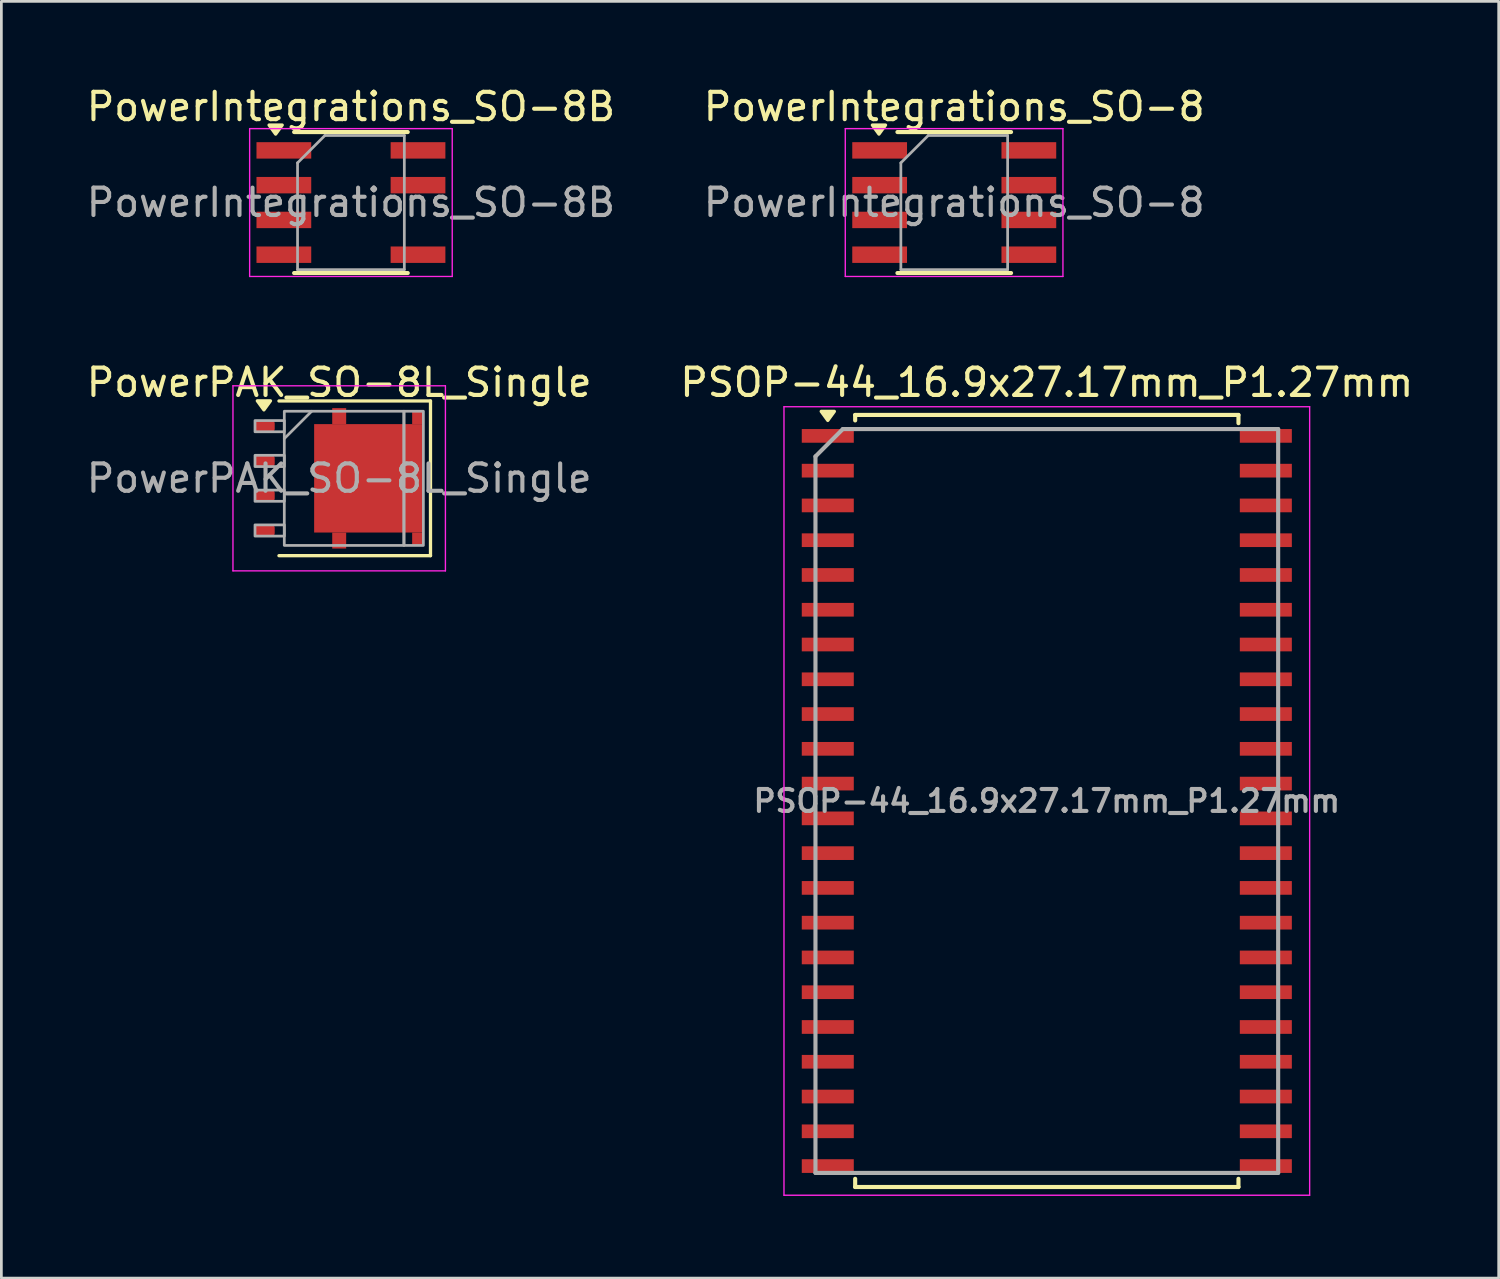
<source format=kicad_pcb>
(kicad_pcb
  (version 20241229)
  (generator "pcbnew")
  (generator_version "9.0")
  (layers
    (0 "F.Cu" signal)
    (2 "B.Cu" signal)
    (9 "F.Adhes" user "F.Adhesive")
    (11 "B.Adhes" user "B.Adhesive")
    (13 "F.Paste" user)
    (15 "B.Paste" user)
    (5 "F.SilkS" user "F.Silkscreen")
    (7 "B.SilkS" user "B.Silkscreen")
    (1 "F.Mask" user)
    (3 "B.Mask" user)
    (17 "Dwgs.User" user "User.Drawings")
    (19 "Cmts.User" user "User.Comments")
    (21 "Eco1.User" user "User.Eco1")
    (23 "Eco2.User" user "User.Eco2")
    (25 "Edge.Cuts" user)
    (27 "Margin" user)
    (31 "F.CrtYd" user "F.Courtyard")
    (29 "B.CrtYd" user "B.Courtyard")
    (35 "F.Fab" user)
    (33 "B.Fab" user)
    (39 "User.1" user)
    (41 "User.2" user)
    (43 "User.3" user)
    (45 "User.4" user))
  (footprint "PowerIntegrations_SO-8B"
    (layer "F.Cu")
    (at 9.768 4.348)
    (property "Reference" "PowerIntegrations_SO-8B" (at 0 -3.5 0) (layer "F.SilkS") (effects (font (size 1 1) (thickness 0.15))))
    (attr smd)
    (fp_line (start -2.075 -2.575) (end 2.075 -2.575) (stroke (width 0.15) (type solid)) (layer "F.SilkS"))
    (fp_line (start -2.075 2.575) (end 2.075 2.575) (stroke (width 0.15) (type solid)) (layer "F.SilkS"))
    (fp_poly (pts (xy -2.75 -2.5) (xy -2.51 -2.83) (xy -2.99 -2.83) (xy -2.75 -2.5)) (stroke (width 0.12) (type solid)) (fill yes) (layer "F.SilkS"))
    (fp_line (start -3.7 -2.7) (end -3.7 2.7) (stroke (width 0.05) (type solid)) (layer "F.CrtYd"))
    (fp_line (start -3.7 -2.7) (end 3.7 -2.7) (stroke (width 0.05) (type solid)) (layer "F.CrtYd"))
    (fp_line (start 3.7 2.7) (end -3.7 2.7) (stroke (width 0.05) (type solid)) (layer "F.CrtYd"))
    (fp_line (start 3.7 2.7) (end 3.7 -2.7) (stroke (width 0.05) (type solid)) (layer "F.CrtYd"))
    (fp_line (start -1.95 -1.45) (end -0.95 -2.45) (stroke (width 0.1) (type solid)) (layer "F.Fab"))
    (fp_line (start -1.95 2.45) (end -1.95 -1.45) (stroke (width 0.1) (type solid)) (layer "F.Fab"))
    (fp_line (start -0.95 -2.45) (end 1.95 -2.45) (stroke (width 0.1) (type solid)) (layer "F.Fab"))
    (fp_line (start 1.95 -2.45) (end 1.95 2.45) (stroke (width 0.1) (type solid)) (layer "F.Fab"))
    (fp_line (start 1.95 2.45) (end -1.95 2.45) (stroke (width 0.1) (type solid)) (layer "F.Fab"))
    (fp_text user "${REFERENCE}" (at 0 0 0) (layer "F.Fab") (effects (font (size 1 1) (thickness 0.15))))
    (pad "1" smd rect (at -2.45 -1.905) (size 2 0.6) (layers "F.Cu" "F.Mask" "F.Paste"))
    (pad "2" smd rect (at -2.45 -0.635) (size 2 0.6) (layers "F.Cu" "F.Mask" "F.Paste"))
    (pad "3" smd rect (at -2.45 0.635) (size 2 0.6) (layers "F.Cu" "F.Mask" "F.Paste"))
    (pad "4" smd rect (at -2.45 1.905) (size 2 0.6) (layers "F.Cu" "F.Mask" "F.Paste"))
    (pad "5" smd rect (at 2.45 1.905) (size 2 0.6) (layers "F.Cu" "F.Mask" "F.Paste"))
    (pad "7" smd rect (at 2.45 -0.635) (size 2 0.6) (layers "F.Cu" "F.Mask" "F.Paste"))
    (pad "8" smd rect (at 2.45 -1.905) (size 2 0.6) (layers "F.Cu" "F.Mask" "F.Paste")))
  (footprint "PSOP-44_16.9x27.17mm_P1.27mm"
    (layer "F.Cu")
    (at 35.185 26.206)
    (property "Reference" "PSOP-44_16.9x27.17mm_P1.27mm" (at 0 -15.285 0) (layer "F.SilkS") (effects (font (size 1 1) (thickness 0.15))))
    (attr smd)
    (fp_line (start -7 -14.1) (end -7 -13.9) (stroke (width 0.15) (type solid)) (layer "F.SilkS"))
    (fp_line (start -7 -14.1) (end 7 -14.1) (stroke (width 0.15) (type solid)) (layer "F.SilkS"))
    (fp_line (start -7 13.8) (end -7 14.1) (stroke (width 0.15) (type solid)) (layer "F.SilkS"))
    (fp_line (start -7 14.1) (end 7 14.1) (stroke (width 0.15) (type solid)) (layer "F.SilkS"))
    (fp_line (start 7 -14.1) (end 7 -13.8) (stroke (width 0.15) (type solid)) (layer "F.SilkS"))
    (fp_line (start 7 13.8) (end 7 14.1) (stroke (width 0.15) (type solid)) (layer "F.SilkS"))
    (fp_poly (pts (xy -8 -13.9) (xy -7.76 -14.23) (xy -8.24 -14.23) (xy -8 -13.9)) (stroke (width 0.12) (type solid)) (fill yes) (layer "F.SilkS"))
    (fp_line (start -9.6 -14.4) (end -9.6 14.4) (stroke (width 0.05) (type solid)) (layer "F.CrtYd"))
    (fp_line (start -9.6 -14.4) (end 9.6 -14.4) (stroke (width 0.05) (type solid)) (layer "F.CrtYd"))
    (fp_line (start -9.6 14.4) (end 9.6 14.4) (stroke (width 0.05) (type solid)) (layer "F.CrtYd"))
    (fp_line (start 9.6 -14.4) (end 9.6 14.4) (stroke (width 0.05) (type solid)) (layer "F.CrtYd"))
    (fp_line (start -8.45 -12.585) (end -7.45 -13.585) (stroke (width 0.15) (type solid)) (layer "F.Fab"))
    (fp_line (start -8.45 13.585) (end -8.45 -12.585) (stroke (width 0.15) (type solid)) (layer "F.Fab"))
    (fp_line (start -7.45 -13.585) (end 8.45 -13.585) (stroke (width 0.15) (type solid)) (layer "F.Fab"))
    (fp_line (start 8.45 -13.585) (end 8.45 13.585) (stroke (width 0.15) (type solid)) (layer "F.Fab"))
    (fp_line (start 8.45 13.585) (end -8.45 13.585) (stroke (width 0.15) (type solid)) (layer "F.Fab"))
    (fp_text user "${REFERENCE}" (at 0 0 0) (layer "F.Fab") (effects (font (size 0.8 0.8) (thickness 0.15))))
    (pad "1" smd rect (at -8 -13.335 270) (size 0.5 1.9) (layers "F.Cu" "F.Mask" "F.Paste"))
    (pad "2" smd rect (at -8 -12.065 270) (size 0.5 1.9) (layers "F.Cu" "F.Mask" "F.Paste"))
    (pad "3" smd rect (at -8 -10.795 270) (size 0.5 1.9) (layers "F.Cu" "F.Mask" "F.Paste"))
    (pad "4" smd rect (at -8 -9.525 270) (size 0.5 1.9) (layers "F.Cu" "F.Mask" "F.Paste"))
    (pad "5" smd rect (at -8 -8.255 270) (size 0.5 1.9) (layers "F.Cu" "F.Mask" "F.Paste"))
    (pad "6" smd rect (at -8 -6.985 270) (size 0.5 1.9) (layers "F.Cu" "F.Mask" "F.Paste"))
    (pad "7" smd rect (at -8 -5.715 270) (size 0.5 1.9) (layers "F.Cu" "F.Mask" "F.Paste"))
    (pad "8" smd rect (at -8 -4.445 270) (size 0.5 1.9) (layers "F.Cu" "F.Mask" "F.Paste"))
    (pad "9" smd rect (at -8 -3.175 270) (size 0.5 1.9) (layers "F.Cu" "F.Mask" "F.Paste"))
    (pad "10" smd rect (at -8 -1.905 270) (size 0.5 1.9) (layers "F.Cu" "F.Mask" "F.Paste"))
    (pad "11" smd rect (at -8 -0.635 270) (size 0.5 1.9) (layers "F.Cu" "F.Mask" "F.Paste"))
    (pad "12" smd rect (at -8 0.635 270) (size 0.5 1.9) (layers "F.Cu" "F.Mask" "F.Paste"))
    (pad "13" smd rect (at -8 1.905 270) (size 0.5 1.9) (layers "F.Cu" "F.Mask" "F.Paste"))
    (pad "14" smd rect (at -8 3.175 270) (size 0.5 1.9) (layers "F.Cu" "F.Mask" "F.Paste"))
    (pad "15" smd rect (at -8 4.445 270) (size 0.5 1.9) (layers "F.Cu" "F.Mask" "F.Paste"))
    (pad "16" smd rect (at -8 5.715 270) (size 0.5 1.9) (layers "F.Cu" "F.Mask" "F.Paste"))
    (pad "17" smd rect (at -8 6.985 270) (size 0.5 1.9) (layers "F.Cu" "F.Mask" "F.Paste"))
    (pad "18" smd rect (at -8 8.255 270) (size 0.5 1.9) (layers "F.Cu" "F.Mask" "F.Paste"))
    (pad "19" smd rect (at -8 9.525 270) (size 0.5 1.9) (layers "F.Cu" "F.Mask" "F.Paste"))
    (pad "20" smd rect (at -8 10.795 270) (size 0.5 1.9) (layers "F.Cu" "F.Mask" "F.Paste"))
    (pad "21" smd rect (at -8 12.065 270) (size 0.5 1.9) (layers "F.Cu" "F.Mask" "F.Paste"))
    (pad "22" smd rect (at -8 13.335 270) (size 0.5 1.9) (layers "F.Cu" "F.Mask" "F.Paste"))
    (pad "23" smd rect (at 8 13.335 270) (size 0.5 1.9) (layers "F.Cu" "F.Mask" "F.Paste"))
    (pad "24" smd rect (at 8 12.065 270) (size 0.5 1.9) (layers "F.Cu" "F.Mask" "F.Paste"))
    (pad "25" smd rect (at 8 10.795 270) (size 0.5 1.9) (layers "F.Cu" "F.Mask" "F.Paste"))
    (pad "26" smd rect (at 8 9.525 270) (size 0.5 1.9) (layers "F.Cu" "F.Mask" "F.Paste"))
    (pad "27" smd rect (at 8 8.255 270) (size 0.5 1.9) (layers "F.Cu" "F.Mask" "F.Paste"))
    (pad "28" smd rect (at 8 6.985 270) (size 0.5 1.9) (layers "F.Cu" "F.Mask" "F.Paste"))
    (pad "29" smd rect (at 8 5.715 270) (size 0.5 1.9) (layers "F.Cu" "F.Mask" "F.Paste"))
    (pad "30" smd rect (at 8 4.445 270) (size 0.5 1.9) (layers "F.Cu" "F.Mask" "F.Paste"))
    (pad "31" smd rect (at 8 3.175 270) (size 0.5 1.9) (layers "F.Cu" "F.Mask" "F.Paste"))
    (pad "32" smd rect (at 8 1.905 270) (size 0.5 1.9) (layers "F.Cu" "F.Mask" "F.Paste"))
    (pad "33" smd rect (at 8 0.635 270) (size 0.5 1.9) (layers "F.Cu" "F.Mask" "F.Paste"))
    (pad "34" smd rect (at 8 -0.635 270) (size 0.5 1.9) (layers "F.Cu" "F.Mask" "F.Paste"))
    (pad "35" smd rect (at 8 -1.905 270) (size 0.5 1.9) (layers "F.Cu" "F.Mask" "F.Paste"))
    (pad "36" smd rect (at 8 -3.175 270) (size 0.5 1.9) (layers "F.Cu" "F.Mask" "F.Paste"))
    (pad "37" smd rect (at 8 -4.445 270) (size 0.5 1.9) (layers "F.Cu" "F.Mask" "F.Paste"))
    (pad "38" smd rect (at 8 -5.715 270) (size 0.5 1.9) (layers "F.Cu" "F.Mask" "F.Paste"))
    (pad "39" smd rect (at 8 -6.985 270) (size 0.5 1.9) (layers "F.Cu" "F.Mask" "F.Paste"))
    (pad "40" smd rect (at 8 -8.255 270) (size 0.5 1.9) (layers "F.Cu" "F.Mask" "F.Paste"))
    (pad "41" smd rect (at 8 -9.525 270) (size 0.5 1.9) (layers "F.Cu" "F.Mask" "F.Paste"))
    (pad "42" smd rect (at 8 -10.795 270) (size 0.5 1.9) (layers "F.Cu" "F.Mask" "F.Paste"))
    (pad "43" smd rect (at 8 -12.065 270) (size 0.5 1.9) (layers "F.Cu" "F.Mask" "F.Paste"))
    (pad "44" smd rect (at 8 -13.335 270) (size 0.5 1.9) (layers "F.Cu" "F.Mask" "F.Paste")))
  (footprint "PowerPAK_SO-8L_Single"
    (layer "F.Cu")
    (at 9.339 14.421)
    (property "Reference" "PowerPAK_SO-8L_Single" (at 0 -3.5 0) (layer "F.SilkS") (effects (font (size 1 1) (thickness 0.15))))
    (attr smd)
    (fp_line (start -2.2 -2.825) (end 3.335 -2.825) (stroke (width 0.12) (type solid)) (layer "F.SilkS"))
    (fp_line (start -2.2 2.825) (end 3.335 2.825) (stroke (width 0.12) (type solid)) (layer "F.SilkS"))
    (fp_line (start 3.335 -2.825) (end 3.335 2.825) (stroke (width 0.12) (type solid)) (layer "F.SilkS"))
    (fp_poly (pts (xy -2.75 -2.5) (xy -2.51 -2.83) (xy -2.99 -2.83) (xy -2.75 -2.5)) (stroke (width 0.12) (type solid)) (fill yes) (layer "F.SilkS"))
    (fp_line (start -3.88 -3.38) (end -3.88 3.38) (stroke (width 0.05) (type solid)) (layer "F.CrtYd"))
    (fp_line (start -3.88 -3.38) (end 3.88 -3.38) (stroke (width 0.05) (type solid)) (layer "F.CrtYd"))
    (fp_line (start -3.88 3.38) (end 3.88 3.38) (stroke (width 0.05) (type solid)) (layer "F.CrtYd"))
    (fp_line (start 3.88 -3.38) (end 3.88 3.38) (stroke (width 0.05) (type solid)) (layer "F.CrtYd"))
    (fp_line (start -2.005 -1.45) (end -1.005 -2.45) (stroke (width 0.1) (type default)) (layer "F.Fab"))
    (fp_rect (start -3.075 -2.11) (end -2.005 -1.7) (stroke (width 0.1) (type default)) (fill no) (layer "F.Fab"))
    (fp_rect (start -3.075 -0.84) (end -2.005 -0.43) (stroke (width 0.1) (type default)) (fill no) (layer "F.Fab"))
    (fp_rect (start -3.075 0.43) (end -2.005 0.84) (stroke (width 0.1) (type default)) (fill no) (layer "F.Fab"))
    (fp_rect (start -3.075 1.7) (end -2.005 2.11) (stroke (width 0.1) (type default)) (fill no) (layer "F.Fab"))
    (fp_rect (start -2.005 -2.45) (end 2.365 2.45) (stroke (width 0.1) (type default)) (fill no) (layer "F.Fab"))
    (fp_rect (start 2.365 -2.45) (end 3.075 2.45) (stroke (width 0.1) (type default)) (fill no) (layer "F.Fab"))
    (fp_text user "${REFERENCE}" (at 0 0 0) (layer "F.Fab") (effects (font (size 1 1) (thickness 0.15))))
    (pad "" smd roundrect (at 0.107 -0.965) (size 1.645 1.63) (layers "F.Paste") (roundrect_rratio 0.25))
    (pad "" smd roundrect (at 0.107 0.965) (size 1.645 1.63) (layers "F.Paste") (roundrect_rratio 0.25))
    (pad "" smd roundrect (at 2.053 -0.965) (size 1.645 1.63) (layers "F.Paste") (roundrect_rratio 0.25))
    (pad "" smd roundrect (at 2.053 0.965) (size 1.645 1.63) (layers "F.Paste") (roundrect_rratio 0.25))
    (pad "1" smd roundrect (at -2.715 -1.905) (size 0.72 0.41) (layers "F.Cu" "F.Mask" "F.Paste") (roundrect_rratio 0.25))
    (pad "2" smd roundrect (at -2.715 -0.635) (size 0.72 0.41) (layers "F.Cu" "F.Mask" "F.Paste") (roundrect_rratio 0.25))
    (pad "3" smd roundrect (at -2.715 0.635) (size 0.72 0.41) (layers "F.Cu" "F.Mask" "F.Paste") (roundrect_rratio 0.25))
    (pad "4" smd roundrect (at -2.715 1.905) (size 0.72 0.41) (layers "F.Cu" "F.Mask" "F.Paste") (roundrect_rratio 0.25))
    (pad "5" smd rect (at 0 -2.272) (size 0.51 0.585) (layers "F.Cu" "F.Mask" "F.Paste"))
    (pad "5" smd rect (at 0 2.272) (size 0.51 0.585) (layers "F.Cu" "F.Mask" "F.Paste"))
    (pad "5" smd rect (at 1.08 0) (size 3.99 3.96) (layers "F.Cu" "F.Mask"))
    (pad "5" smd rect (at 2.87 -2.215) (size 0.41 0.47) (layers "F.Cu" "F.Mask" "F.Paste"))
    (pad "5" smd rect (at 2.87 2.215) (size 0.41 0.47) (layers "F.Cu" "F.Mask" "F.Paste")))
  (footprint "PowerIntegrations_SO-8"
    (layer "F.Cu")
    (at 31.804 4.348)
    (property "Reference" "PowerIntegrations_SO-8" (at 0 -3.5 0) (layer "F.SilkS") (effects (font (size 1 1) (thickness 0.15))))
    (attr smd)
    (fp_line (start -2.075 -2.575) (end 2.075 -2.575) (stroke (width 0.15) (type solid)) (layer "F.SilkS"))
    (fp_line (start -2.075 2.575) (end 2.075 2.575) (stroke (width 0.15) (type solid)) (layer "F.SilkS"))
    (fp_poly (pts (xy -2.75 -2.5) (xy -2.51 -2.83) (xy -2.99 -2.83) (xy -2.75 -2.5)) (stroke (width 0.12) (type solid)) (fill yes) (layer "F.SilkS"))
    (fp_line (start -3.98 -2.7) (end -3.98 2.7) (stroke (width 0.05) (type solid)) (layer "F.CrtYd"))
    (fp_line (start -3.98 -2.7) (end 3.97 -2.7) (stroke (width 0.05) (type solid)) (layer "F.CrtYd"))
    (fp_line (start 3.97 2.7) (end -3.98 2.7) (stroke (width 0.05) (type solid)) (layer "F.CrtYd"))
    (fp_line (start 3.97 2.7) (end 3.97 -2.7) (stroke (width 0.05) (type solid)) (layer "F.CrtYd"))
    (fp_line (start -1.95 -1.45) (end -0.95 -2.45) (stroke (width 0.1) (type solid)) (layer "F.Fab"))
    (fp_line (start -1.95 2.45) (end -1.95 -1.45) (stroke (width 0.1) (type solid)) (layer "F.Fab"))
    (fp_line (start -0.95 -2.45) (end 1.95 -2.45) (stroke (width 0.1) (type solid)) (layer "F.Fab"))
    (fp_line (start 1.95 -2.45) (end 1.95 2.45) (stroke (width 0.1) (type solid)) (layer "F.Fab"))
    (fp_line (start 1.95 2.45) (end -1.95 2.45) (stroke (width 0.1) (type solid)) (layer "F.Fab"))
    (fp_text user "${REFERENCE}" (at 0 0 0) (layer "F.Fab") (effects (font (size 1 1) (thickness 0.15))))
    (pad "1" smd rect (at -2.725 -1.905) (size 2 0.6) (layers "F.Cu" "F.Mask" "F.Paste"))
    (pad "2" smd rect (at -2.725 -0.635) (size 2 0.6) (layers "F.Cu" "F.Mask" "F.Paste"))
    (pad "3" smd rect (at -2.725 0.635) (size 2 0.6) (layers "F.Cu" "F.Mask" "F.Paste"))
    (pad "4" smd rect (at -2.725 1.905) (size 2 0.6) (layers "F.Cu" "F.Mask" "F.Paste"))
    (pad "5" smd rect (at 2.725 1.905) (size 2 0.6) (layers "F.Cu" "F.Mask" "F.Paste"))
    (pad "6" smd rect (at 2.725 0.635) (size 2 0.6) (layers "F.Cu" "F.Mask" "F.Paste"))
    (pad "7" smd rect (at 2.725 -0.635) (size 2 0.6) (layers "F.Cu" "F.Mask" "F.Paste"))
    (pad "8" smd rect (at 2.725 -1.905) (size 2 0.6) (layers "F.Cu" "F.Mask" "F.Paste")))
  (gr_rect
    (start -3 -3)
    (end 51.69 43.632)
    (stroke (width 0.1) (type default))
    (fill no)
    (layer "Edge.Cuts")))
</source>
